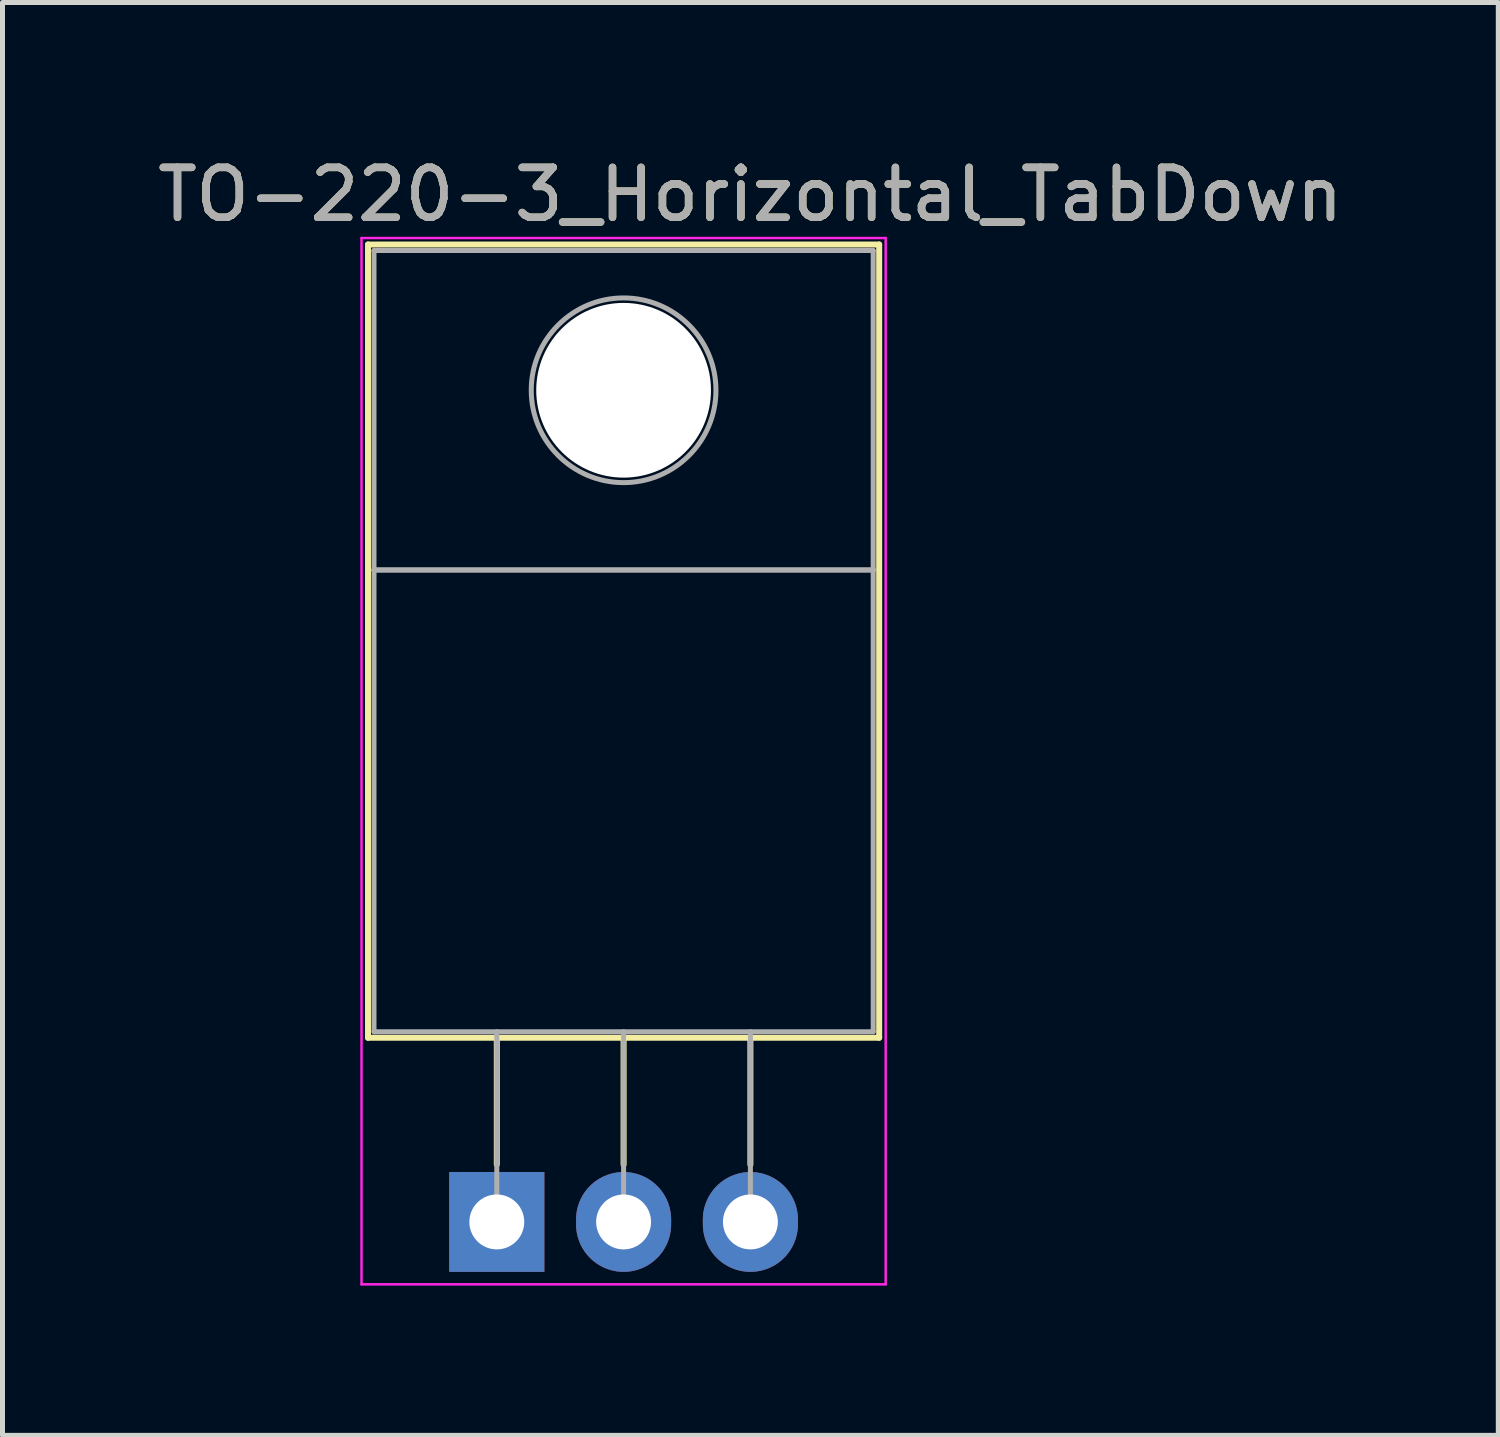
<source format=kicad_pcb>
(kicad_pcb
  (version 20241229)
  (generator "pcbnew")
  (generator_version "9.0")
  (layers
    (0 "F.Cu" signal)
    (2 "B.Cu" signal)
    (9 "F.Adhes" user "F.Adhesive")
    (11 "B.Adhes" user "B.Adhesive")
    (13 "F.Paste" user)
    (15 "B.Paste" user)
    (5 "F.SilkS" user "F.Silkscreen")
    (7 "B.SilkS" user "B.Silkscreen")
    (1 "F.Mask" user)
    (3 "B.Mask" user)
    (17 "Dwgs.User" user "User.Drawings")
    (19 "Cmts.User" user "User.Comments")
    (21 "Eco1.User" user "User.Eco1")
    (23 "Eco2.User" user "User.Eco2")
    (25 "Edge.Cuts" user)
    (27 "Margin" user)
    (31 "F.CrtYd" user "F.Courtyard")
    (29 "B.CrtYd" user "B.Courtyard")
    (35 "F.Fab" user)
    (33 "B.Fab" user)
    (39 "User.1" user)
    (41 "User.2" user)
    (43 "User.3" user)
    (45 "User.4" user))
  (footprint "TO-220-3_Horizontal_TabDown"
    (layer "F.Cu")
    (at 9.442 21.428)
    (property "Reference" "TO-220-3_Horizontal_TabDown" (at 2.54 -20.58 0) (layer "F.SilkS") (effects (font (size 1 1) (thickness 0.15))))
    (attr through_hole)
    (fp_line (start -5.12 -19.58) (end -5.12 -3.69) (stroke (width 0.12) (type solid)) (layer "F.SilkS"))
    (fp_line (start -5.12 -19.58) (end 5.12 -19.58) (stroke (width 0.12) (type solid)) (layer "F.SilkS"))
    (fp_line (start -5.12 -3.69) (end 5.12 -3.69) (stroke (width 0.12) (type solid)) (layer "F.SilkS"))
    (fp_line (start -2.54 -3.69) (end -2.54 -1.15) (stroke (width 0.12) (type solid)) (layer "F.SilkS"))
    (fp_line (start 0 -3.69) (end 0 -1.15) (stroke (width 0.12) (type solid)) (layer "F.SilkS"))
    (fp_line (start 2.54 -3.69) (end 2.54 -1.15) (stroke (width 0.12) (type solid)) (layer "F.SilkS"))
    (fp_line (start 5.12 -19.58) (end 5.12 -3.69) (stroke (width 0.12) (type solid)) (layer "F.SilkS"))
    (fp_line (start -5.25 -19.71) (end -5.25 1.25) (stroke (width 0.05) (type solid)) (layer "F.CrtYd"))
    (fp_line (start -5.25 1.25) (end 5.25 1.25) (stroke (width 0.05) (type solid)) (layer "F.CrtYd"))
    (fp_line (start 5.25 -19.71) (end -5.25 -19.71) (stroke (width 0.05) (type solid)) (layer "F.CrtYd"))
    (fp_line (start 5.25 1.25) (end 5.25 -19.71) (stroke (width 0.05) (type solid)) (layer "F.CrtYd"))
    (fp_line (start -5 -19.46) (end 5 -19.46) (stroke (width 0.1) (type solid)) (layer "F.Fab"))
    (fp_line (start -5 -13.06) (end -5 -19.46) (stroke (width 0.1) (type solid)) (layer "F.Fab"))
    (fp_line (start -5 -13.06) (end 5 -13.06) (stroke (width 0.1) (type solid)) (layer "F.Fab"))
    (fp_line (start -5 -3.81) (end -5 -13.06) (stroke (width 0.1) (type solid)) (layer "F.Fab"))
    (fp_line (start -2.54 -3.81) (end -2.54 0) (stroke (width 0.1) (type solid)) (layer "F.Fab"))
    (fp_line (start 0 -3.81) (end 0 0) (stroke (width 0.1) (type solid)) (layer "F.Fab"))
    (fp_line (start 2.54 -3.81) (end 2.54 0) (stroke (width 0.1) (type solid)) (layer "F.Fab"))
    (fp_line (start 5 -19.46) (end 5 -13.06) (stroke (width 0.1) (type solid)) (layer "F.Fab"))
    (fp_line (start 5 -13.06) (end -5 -13.06) (stroke (width 0.1) (type solid)) (layer "F.Fab"))
    (fp_line (start 5 -13.06) (end 5 -3.81) (stroke (width 0.1) (type solid)) (layer "F.Fab"))
    (fp_line (start 5 -3.81) (end -5 -3.81) (stroke (width 0.1) (type solid)) (layer "F.Fab"))
    (fp_circle (center 0 -16.66) (end 1.85 -16.66) (stroke (width 0.1) (type solid)) (fill no) (layer "F.Fab"))
    (fp_text user "${REFERENCE}" (at 2.54 -20.58 0) (layer "F.Fab") (effects (font (size 1 1) (thickness 0.15))))
    (pad "" np_thru_hole oval (at 0 -16.66) (size 3.5 3.5) (drill 3.5) (layers "*.Cu" "*.Mask"))
    (pad "1" thru_hole rect (at -2.54 0) (size 1.905 2) (drill 1.1) (layers "*.Cu" "*.Mask"))
    (pad "2" thru_hole oval (at 0 0) (size 1.905 2) (drill 1.1) (layers "*.Cu" "*.Mask"))
    (pad "3" thru_hole oval (at 2.54 0) (size 1.905 2) (drill 1.1) (layers "*.Cu" "*.Mask")))
  (gr_rect
    (start -3 -3)
    (end 26.964 25.703)
    (stroke (width 0.1) (type default))
    (fill no)
    (layer "Edge.Cuts")))
</source>
